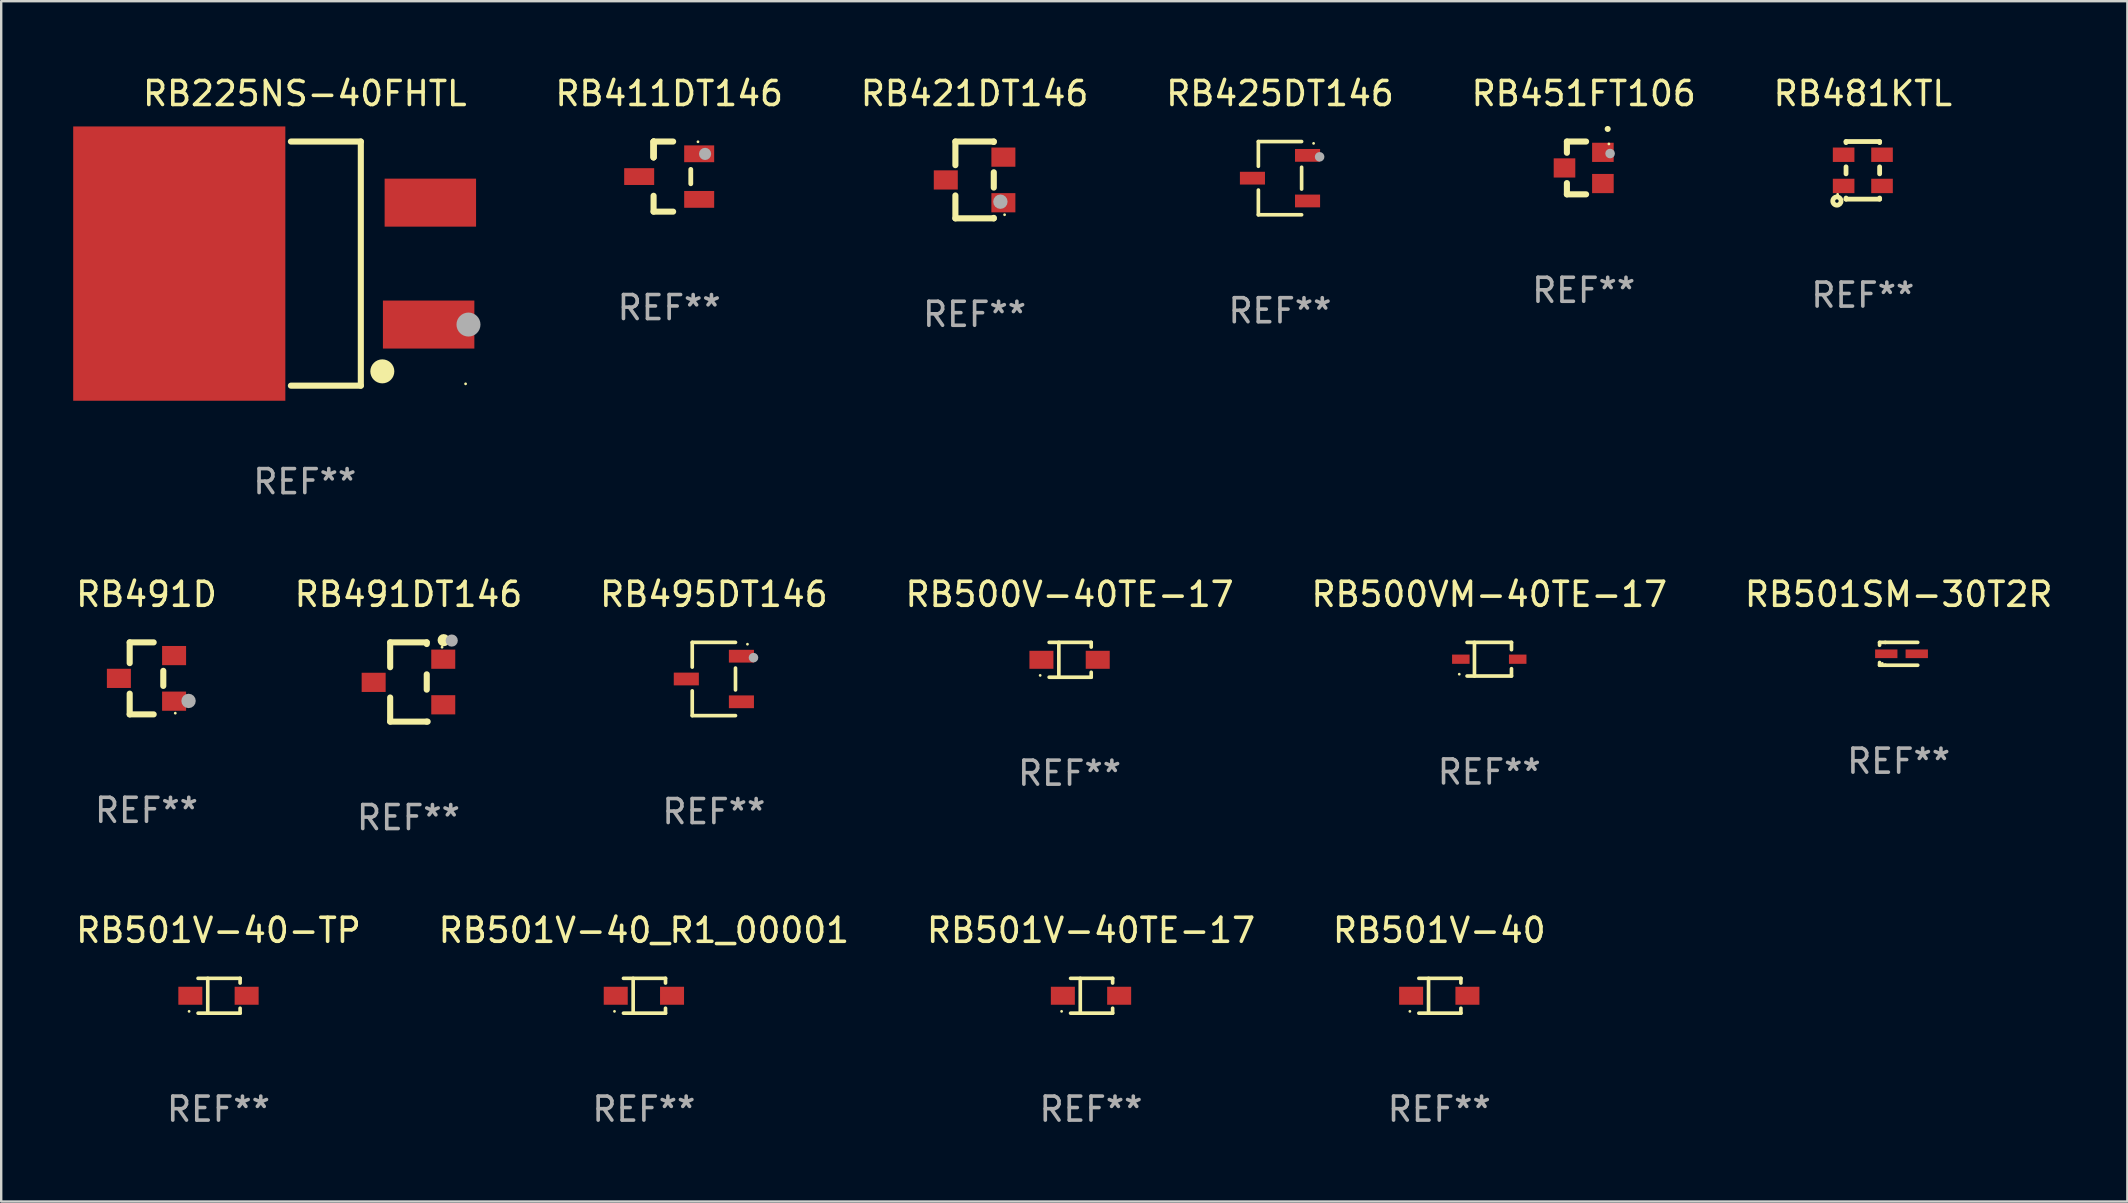
<source format=kicad_pcb>
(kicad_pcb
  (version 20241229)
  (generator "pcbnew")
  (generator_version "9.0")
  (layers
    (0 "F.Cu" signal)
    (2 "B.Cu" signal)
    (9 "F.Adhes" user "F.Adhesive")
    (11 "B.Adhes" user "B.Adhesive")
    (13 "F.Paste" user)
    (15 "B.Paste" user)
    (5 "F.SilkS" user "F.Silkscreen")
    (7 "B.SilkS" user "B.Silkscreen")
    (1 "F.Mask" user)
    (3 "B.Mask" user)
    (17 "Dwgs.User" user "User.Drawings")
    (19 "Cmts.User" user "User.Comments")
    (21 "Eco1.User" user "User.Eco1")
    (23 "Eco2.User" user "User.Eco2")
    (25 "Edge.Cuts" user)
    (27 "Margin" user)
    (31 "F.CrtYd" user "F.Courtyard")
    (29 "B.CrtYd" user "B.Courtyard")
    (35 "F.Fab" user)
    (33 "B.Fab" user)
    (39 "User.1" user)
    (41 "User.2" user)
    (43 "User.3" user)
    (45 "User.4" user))
  (footprint "RB500V-40TE-17"
    (layer "F.Cu")
    (at 41.518 24.443)
    (property "Reference" "RB500V-40TE-17" (at 0 -2.726 0) (layer "F.SilkS") (effects (font (size 1 1) (thickness 0.15))))
    (attr through_hole)
    (fp_line (start -0.851 -0.726) (end 0.901 -0.726) (stroke (width 0.152) (type solid)) (layer "F.SilkS"))
    (fp_line (start -0.851 0.726) (end 0.901 0.726) (stroke (width 0.152) (type solid)) (layer "F.SilkS"))
    (fp_line (start -0.447 -0.726) (end -0.447 0.726) (stroke (width 0.152) (type solid)) (layer "F.SilkS"))
    (fp_line (start 0.901 -0.726) (end 0.901 -0.53) (stroke (width 0.152) (type solid)) (layer "F.SilkS"))
    (fp_line (start 0.901 0.726) (end 0.901 0.52) (stroke (width 0.152) (type solid)) (layer "F.SilkS"))
    (fp_circle (center -1.225 0.65) (end -1.195 0.65) (stroke (width 0.06) (type solid)) (fill no) (layer "F.SilkS"))
    (fp_text user "REF**" (at 0 4.726 0) (layer "F.Fab") (effects (font (size 1 1) (thickness 0.15))))
    (pad "1" smd rect (at -1.173 0) (size 1 0.75) (layers "F.Cu" "F.Mask" "F.Paste"))
    (pad "2" smd rect (at 1.173 0) (size 1 0.75) (layers "F.Cu" "F.Mask" "F.Paste")))
  (footprint "RB491DT146"
    (layer "F.Cu")
    (at 13.97 25.368)
    (property "Reference" "RB491DT146" (at 0 -3.651 0) (layer "F.SilkS") (effects (font (size 1 1) (thickness 0.15))))
    (attr through_hole)
    (fp_line (start -0.762 -1.651) (end 0.762 -1.651) (stroke (width 0.254) (type solid)) (layer "F.SilkS"))
    (fp_line (start -0.762 -0.616) (end -0.762 -1.651) (stroke (width 0.254) (type solid)) (layer "F.SilkS"))
    (fp_line (start -0.762 1.651) (end -0.762 0.646) (stroke (width 0.254) (type solid)) (layer "F.SilkS"))
    (fp_line (start 0.762 -1.651) (end 0.762 -1.581) (stroke (width 0.254) (type solid)) (layer "F.SilkS"))
    (fp_line (start 0.762 -0.319) (end 0.762 0.319) (stroke (width 0.254) (type solid)) (layer "F.SilkS"))
    (fp_line (start 0.762 1.651) (end -0.762 1.651) (stroke (width 0.254) (type solid)) (layer "F.SilkS"))
    (fp_line (start 0.8 1.651) (end 0.762 1.651) (stroke (width 0.254) (type solid)) (layer "F.SilkS"))
    (fp_circle (center 1.4 -1.45) (end 1.43 -1.45) (stroke (width 0.06) (type solid)) (fill no) (layer "F.SilkS"))
    (fp_circle (center 1.467 -1.743) (end 1.594 -1.743) (stroke (width 0.254) (type solid)) (fill no) (layer "F.SilkS"))
    (fp_circle (center 1.803 -1.727) (end 1.93 -1.727) (stroke (width 0.254) (type solid)) (fill no) (layer "F.Fab"))
    (fp_text user "REF**" (at 0 5.651 0) (layer "F.Fab") (effects (font (size 1 1) (thickness 0.15))))
    (pad "1" smd rect (at 1.45 -0.95 90) (size 0.8 1) (layers "F.Cu" "F.Mask" "F.Paste"))
    (pad "2" smd rect (at 1.45 0.95 90) (size 0.8 1) (layers "F.Cu" "F.Mask" "F.Paste"))
    (pad "3" smd rect (at -1.45 0.015 90) (size 0.8 1) (layers "F.Cu" "F.Mask" "F.Paste")))
  (footprint "RB225NS-40FHTL"
    (layer "F.Cu")
    (at 9.651 7.934)
    (property "Reference" "RB225NS-40FHTL" (at 0 -7.086 0) (layer "F.SilkS") (effects (font (size 1 1) (thickness 0.15))))
    (attr through_hole)
    (fp_line (start 2.334 -5.086) (end -0.58 -5.086) (stroke (width 0.254) (type solid)) (layer "F.SilkS"))
    (fp_line (start 2.334 -5.086) (end 2.334 5.086) (stroke (width 0.254) (type solid)) (layer "F.SilkS"))
    (fp_line (start 2.334 5.086) (end -0.58 5.086) (stroke (width 0.254) (type solid)) (layer "F.SilkS"))
    (fp_circle (center 3.23 4.49) (end 3.48 4.49) (stroke (width 0.5) (type solid)) (fill no) (layer "F.SilkS"))
    (fp_circle (center 6.7 5.01) (end 6.73 5.01) (stroke (width 0.06) (type solid)) (fill no) (layer "F.SilkS"))
    (fp_circle (center 6.82 2.54) (end 7.07 2.54) (stroke (width 0.5) (type solid)) (fill no) (layer "F.Fab"))
    (fp_text user "REF**" (at 0 9.086 0) (layer "F.Fab") (effects (font (size 1 1) (thickness 0.15))))
    (pad "1" smd rect (at 5.16 2.54) (size 3.81 2) (layers "F.Cu" "F.Mask" "F.Paste"))
    (pad "3" smd rect (at 5.231 -2.54) (size 3.81 2) (layers "F.Cu" "F.Mask" "F.Paste"))
    (pad "4" smd rect (at -5.231 0) (size 8.84 11.43) (layers "F.Cu" "F.Mask" "F.Paste")))
  (footprint "RB495DT146"
    (layer "F.Cu")
    (at 26.696 25.243)
    (property "Reference" "RB495DT146" (at 0 -3.526 0) (layer "F.SilkS") (effects (font (size 1 1) (thickness 0.15))))
    (attr through_hole)
    (fp_line (start -0.901 -1.526) (end -0.901 -0.495) (stroke (width 0.152) (type solid)) (layer "F.SilkS"))
    (fp_line (start -0.901 1.526) (end -0.901 0.495) (stroke (width 0.152) (type solid)) (layer "F.SilkS"))
    (fp_line (start 0.901 -1.526) (end -0.901 -1.526) (stroke (width 0.152) (type solid)) (layer "F.SilkS"))
    (fp_line (start 0.901 -0.455) (end 0.901 0.455) (stroke (width 0.152) (type solid)) (layer "F.SilkS"))
    (fp_line (start 0.901 1.526) (end -0.901 1.526) (stroke (width 0.152) (type solid)) (layer "F.SilkS"))
    (fp_circle (center 1.4 -1.45) (end 1.43 -1.45) (stroke (width 0.06) (type solid)) (fill no) (layer "F.SilkS"))
    (fp_circle (center 1.651 -0.889) (end 1.751 -0.889) (stroke (width 0.2) (type solid)) (fill no) (layer "F.Fab"))
    (fp_text user "REF**" (at 0 5.526 0) (layer "F.Fab") (effects (font (size 1 1) (thickness 0.15))))
    (pad "1" smd rect (at 1.148 -0.95) (size 1.045 0.532) (layers "F.Cu" "F.Mask" "F.Paste"))
    (pad "2" smd rect (at 1.148 0.95) (size 1.045 0.532) (layers "F.Cu" "F.Mask" "F.Paste"))
    (pad "3" smd rect (at -1.148 0) (size 1.045 0.532) (layers "F.Cu" "F.Mask" "F.Paste")))
  (footprint "RB500VM-40TE-17"
    (layer "F.Cu")
    (at 59.006 24.418)
    (property "Reference" "RB500VM-40TE-17" (at 0 -2.701 0) (layer "F.SilkS") (effects (font (size 1 1) (thickness 0.15))))
    (attr through_hole)
    (fp_line (start -0.926 -0.701) (end 0.926 -0.701) (stroke (width 0.152) (type solid)) (layer "F.SilkS"))
    (fp_line (start -0.926 0.701) (end 0.926 0.701) (stroke (width 0.152) (type solid)) (layer "F.SilkS"))
    (fp_line (start -0.617 -0.701) (end -0.617 0.701) (stroke (width 0.152) (type solid)) (layer "F.SilkS"))
    (fp_line (start 0.926 -0.701) (end 0.926 -0.396) (stroke (width 0.152) (type solid)) (layer "F.SilkS"))
    (fp_line (start 0.926 0.701) (end 0.926 0.396) (stroke (width 0.152) (type solid)) (layer "F.SilkS"))
    (fp_circle (center -1.25 0.625) (end -1.22 0.625) (stroke (width 0.06) (type solid)) (fill no) (layer "F.SilkS"))
    (fp_text user "REF**" (at 0 4.701 0) (layer "F.Fab") (effects (font (size 1 1) (thickness 0.15))))
    (pad "1" smd rect (at -1.185 0 180) (size 0.73 0.385) (layers "F.Cu" "F.Mask" "F.Paste"))
    (pad "2" smd rect (at 1.185 0 180) (size 0.73 0.385) (layers "F.Cu" "F.Mask" "F.Paste")))
  (footprint "RB501V-40"
    (layer "F.Cu")
    (at 56.923 38.442)
    (property "Reference" "RB501V-40" (at 0 -2.726 0) (layer "F.SilkS") (effects (font (size 1 1) (thickness 0.15))))
    (attr through_hole)
    (fp_line (start -0.851 -0.726) (end 0.901 -0.726) (stroke (width 0.152) (type solid)) (layer "F.SilkS"))
    (fp_line (start -0.851 0.726) (end 0.901 0.726) (stroke (width 0.152) (type solid)) (layer "F.SilkS"))
    (fp_line (start -0.447 -0.726) (end -0.447 0.726) (stroke (width 0.152) (type solid)) (layer "F.SilkS"))
    (fp_line (start 0.901 -0.726) (end 0.901 -0.53) (stroke (width 0.152) (type solid)) (layer "F.SilkS"))
    (fp_line (start 0.901 0.726) (end 0.901 0.52) (stroke (width 0.152) (type solid)) (layer "F.SilkS"))
    (fp_circle (center -1.225 0.65) (end -1.195 0.65) (stroke (width 0.06) (type solid)) (fill no) (layer "F.SilkS"))
    (fp_text user "REF**" (at 0 4.726 0) (layer "F.Fab") (effects (font (size 1 1) (thickness 0.15))))
    (pad "1" smd rect (at -1.173 0) (size 1 0.75) (layers "F.Cu" "F.Mask" "F.Paste"))
    (pad "2" smd rect (at 1.173 0) (size 1 0.75) (layers "F.Cu" "F.Mask" "F.Paste")))
  (footprint "RB421DT146"
    (layer "F.Cu")
    (at 37.56 4.448)
    (property "Reference" "RB421DT146" (at 0 -3.6 0) (layer "F.SilkS") (effects (font (size 1 1) (thickness 0.15))))
    (attr through_hole)
    (fp_line (start -0.8 -1.6) (end 0.8 -1.6) (stroke (width 0.254) (type solid)) (layer "F.SilkS"))
    (fp_line (start -0.8 -0.616) (end -0.8 -1.6) (stroke (width 0.254) (type solid)) (layer "F.SilkS"))
    (fp_line (start -0.8 1.6) (end -0.8 0.646) (stroke (width 0.254) (type solid)) (layer "F.SilkS"))
    (fp_line (start -0.8 1.6) (end 0.8 1.6) (stroke (width 0.254) (type solid)) (layer "F.SilkS"))
    (fp_line (start 0.8 -1.581) (end 0.8 -1.6) (stroke (width 0.254) (type solid)) (layer "F.SilkS"))
    (fp_line (start 0.8 0.319) (end 0.8 -0.319) (stroke (width 0.254) (type solid)) (layer "F.SilkS"))
    (fp_line (start 0.8 1.6) (end 0.8 1.581) (stroke (width 0.254) (type solid)) (layer "F.SilkS"))
    (fp_circle (center 1.25 1.45) (end 1.28 1.45) (stroke (width 0.06) (type solid)) (fill no) (layer "F.SilkS"))
    (fp_circle (center 1.075 0.906) (end 1.225 0.906) (stroke (width 0.3) (type solid)) (fill no) (layer "F.Fab"))
    (fp_text user "REF**" (at 0 5.6 0) (layer "F.Fab") (effects (font (size 1 1) (thickness 0.15))))
    (pad "1" smd rect (at 1.2 0.95 90) (size 0.8 1) (layers "F.Cu" "F.Mask" "F.Paste"))
    (pad "2" smd rect (at 1.2 -0.95 90) (size 0.8 1) (layers "F.Cu" "F.Mask" "F.Paste"))
    (pad "3" smd rect (at -1.2 -0.000025 90) (size 0.8 1) (layers "F.Cu" "F.Mask" "F.Paste")))
  (footprint "RB411DT146"
    (layer "F.Cu")
    (at 24.834 4.308)
    (property "Reference" "RB411DT146" (at 0 -3.46 0) (layer "F.SilkS") (effects (font (size 1 1) (thickness 0.15))))
    (attr through_hole)
    (fp_line (start -0.65 -1.46) (end -0.65 -0.8) (stroke (width 0.254) (type solid)) (layer "F.SilkS"))
    (fp_line (start -0.65 -1.46) (end 0.165 -1.46) (stroke (width 0.254) (type solid)) (layer "F.SilkS"))
    (fp_line (start -0.65 -0.8) (end -0.65 -1.46) (stroke (width 0.254) (type solid)) (layer "F.SilkS"))
    (fp_line (start -0.65 -0.8) (end -0.65 -1.46) (stroke (width 0.254) (type solid)) (layer "F.SilkS"))
    (fp_line (start -0.65 1.46) (end -0.65 0.8) (stroke (width 0.254) (type solid)) (layer "F.SilkS"))
    (fp_line (start 0.165 1.46) (end -0.65 1.46) (stroke (width 0.254) (type solid)) (layer "F.SilkS"))
    (fp_line (start 0.9 0.3) (end 0.9 -0.3) (stroke (width 0.2) (type solid)) (layer "F.SilkS"))
    (fp_circle (center 1.2 -1.45) (end 1.23 -1.45) (stroke (width 0.06) (type solid)) (fill no) (layer "F.SilkS"))
    (fp_circle (center 1.496 -0.945) (end 1.623 -0.945) (stroke (width 0.254) (type solid)) (fill no) (layer "F.Fab"))
    (fp_text user "REF**" (at 0 5.46 0) (layer "F.Fab") (effects (font (size 1 1) (thickness 0.15))))
    (pad "1" smd rect (at 1.25 -0.95 270) (size 0.7 1.25) (layers "F.Cu" "F.Mask" "F.Paste"))
    (pad "2" smd rect (at 1.25 0.95 270) (size 0.7 1.25) (layers "F.Cu" "F.Mask" "F.Paste"))
    (pad "3" smd rect (at -1.25 0 270) (size 0.7 1.25) (layers "F.Cu" "F.Mask" "F.Paste")))
  (footprint "RB501V-40TE-17"
    (layer "F.Cu")
    (at 42.411 38.442)
    (property "Reference" "RB501V-40TE-17" (at 0 -2.726 0) (layer "F.SilkS") (effects (font (size 1 1) (thickness 0.15))))
    (attr through_hole)
    (fp_line (start -0.851 -0.726) (end 0.901 -0.726) (stroke (width 0.152) (type solid)) (layer "F.SilkS"))
    (fp_line (start -0.851 0.726) (end 0.901 0.726) (stroke (width 0.152) (type solid)) (layer "F.SilkS"))
    (fp_line (start -0.447 -0.726) (end -0.447 0.726) (stroke (width 0.152) (type solid)) (layer "F.SilkS"))
    (fp_line (start 0.901 -0.726) (end 0.901 -0.53) (stroke (width 0.152) (type solid)) (layer "F.SilkS"))
    (fp_line (start 0.901 0.726) (end 0.901 0.52) (stroke (width 0.152) (type solid)) (layer "F.SilkS"))
    (fp_circle (center -1.225 0.65) (end -1.195 0.65) (stroke (width 0.06) (type solid)) (fill no) (layer "F.SilkS"))
    (fp_text user "REF**" (at 0 4.726 0) (layer "F.Fab") (effects (font (size 1 1) (thickness 0.15))))
    (pad "1" smd rect (at -1.173 0) (size 1 0.75) (layers "F.Cu" "F.Mask" "F.Paste"))
    (pad "2" smd rect (at 1.173 0) (size 1 0.75) (layers "F.Cu" "F.Mask" "F.Paste")))
  (footprint "RB501SM-30T2R"
    (layer "F.Cu")
    (at 76.065 24.193)
    (property "Reference" "RB501SM-30T2R" (at 0 -2.476 0) (layer "F.SilkS") (effects (font (size 1 1) (thickness 0.15))))
    (attr through_hole)
    (fp_line (start -0.795 -0.476) (end -0.795 -0.356) (stroke (width 0.152) (type solid)) (layer "F.SilkS"))
    (fp_line (start -0.795 0.363) (end -0.795 0.476) (stroke (width 0.152) (type solid)) (layer "F.SilkS"))
    (fp_line (start -0.795 0.476) (end -0.557 0.476) (stroke (width 0.152) (type solid)) (layer "F.SilkS"))
    (fp_line (start -0.557 -0.476) (end -0.795 -0.476) (stroke (width 0.152) (type solid)) (layer "F.SilkS"))
    (fp_line (start -0.557 -0.476) (end 0.795 -0.476) (stroke (width 0.152) (type solid)) (layer "F.SilkS"))
    (fp_line (start -0.557 0.476) (end 0.795 0.476) (stroke (width 0.152) (type solid)) (layer "F.SilkS"))
    (fp_circle (center -0.681 0.4) (end -0.651 0.4) (stroke (width 0.06) (type solid)) (fill no) (layer "F.SilkS"))
    (fp_text user "REF**" (at 0 4.476 0) (layer "F.Fab") (effects (font (size 1 1) (thickness 0.15))))
    (pad "1" smd rect (at -0.516 0 180) (size 0.93 0.36) (layers "F.Cu" "F.Mask" "F.Paste"))
    (pad "2" smd rect (at 0.754 0 180) (size 0.93 0.36) (layers "F.Cu" "F.Mask" "F.Paste")))
  (footprint "RB425DT146"
    (layer "F.Cu")
    (at 50.286 4.374)
    (property "Reference" "RB425DT146" (at 0 -3.526 0) (layer "F.SilkS") (effects (font (size 1 1) (thickness 0.15))))
    (attr through_hole)
    (fp_line (start -0.901 -1.526) (end -0.901 -0.495) (stroke (width 0.152) (type solid)) (layer "F.SilkS"))
    (fp_line (start -0.901 1.526) (end -0.901 0.495) (stroke (width 0.152) (type solid)) (layer "F.SilkS"))
    (fp_line (start 0.901 -1.526) (end -0.901 -1.526) (stroke (width 0.152) (type solid)) (layer "F.SilkS"))
    (fp_line (start 0.901 -0.455) (end 0.901 0.455) (stroke (width 0.152) (type solid)) (layer "F.SilkS"))
    (fp_line (start 0.901 1.526) (end -0.901 1.526) (stroke (width 0.152) (type solid)) (layer "F.SilkS"))
    (fp_circle (center 1.4 -1.45) (end 1.43 -1.45) (stroke (width 0.06) (type solid)) (fill no) (layer "F.SilkS"))
    (fp_circle (center 1.651 -0.889) (end 1.751 -0.889) (stroke (width 0.2) (type solid)) (fill no) (layer "F.Fab"))
    (fp_text user "REF**" (at 0 5.526 0) (layer "F.Fab") (effects (font (size 1 1) (thickness 0.15))))
    (pad "1" smd rect (at 1.148 -0.95) (size 1.045 0.532) (layers "F.Cu" "F.Mask" "F.Paste"))
    (pad "2" smd rect (at 1.148 0.95) (size 1.045 0.532) (layers "F.Cu" "F.Mask" "F.Paste"))
    (pad "3" smd rect (at -1.148 0) (size 1.045 0.532) (layers "F.Cu" "F.Mask" "F.Paste")))
  (footprint "RB481KTL"
    (layer "F.Cu")
    (at 74.572 4.048)
    (property "Reference" "RB481KTL" (at 0 -3.2 0) (layer "F.SilkS") (effects (font (size 1 1) (thickness 0.15))))
    (attr through_hole)
    (fp_line (start -0.7 -1.2) (end -0.7 -1.154) (stroke (width 0.2) (type solid)) (layer "F.SilkS"))
    (fp_line (start -0.7 -0.146) (end -0.7 0.146) (stroke (width 0.2) (type solid)) (layer "F.SilkS"))
    (fp_line (start -0.7 1.154) (end -0.7 1.2) (stroke (width 0.2) (type solid)) (layer "F.SilkS"))
    (fp_line (start 0.7 -1.2) (end -0.7 -1.2) (stroke (width 0.2) (type solid)) (layer "F.SilkS"))
    (fp_line (start 0.7 -1.2) (end 0.7 -1.154) (stroke (width 0.2) (type solid)) (layer "F.SilkS"))
    (fp_line (start 0.7 -0.146) (end 0.7 0.146) (stroke (width 0.2) (type solid)) (layer "F.SilkS"))
    (fp_line (start 0.7 1.154) (end 0.7 1.2) (stroke (width 0.2) (type solid)) (layer "F.SilkS"))
    (fp_line (start 0.7 1.2) (end -0.7 1.2) (stroke (width 0.2) (type solid)) (layer "F.SilkS"))
    (fp_circle (center -1.08 1.28) (end -1.008 1.28) (stroke (width 0.2) (type solid)) (fill no) (layer "F.SilkS"))
    (fp_circle (center -1.05 1) (end -1.02 1) (stroke (width 0.06) (type solid)) (fill no) (layer "F.SilkS"))
    (fp_text user "REF**" (at 0 5.2 0) (layer "F.Fab") (effects (font (size 1 1) (thickness 0.15))))
    (pad "1" smd rect (at -0.8 0.65 270) (size 0.6 0.9) (layers "F.Cu" "F.Mask" "F.Paste"))
    (pad "2" smd rect (at 0.8 0.65 270) (size 0.6 0.9) (layers "F.Cu" "F.Mask" "F.Paste"))
    (pad "3" smd rect (at 0.8 -0.65 270) (size 0.6 0.9) (layers "F.Cu" "F.Mask" "F.Paste"))
    (pad "4" smd rect (at -0.8 -0.65 270) (size 0.6 0.9) (layers "F.Cu" "F.Mask" "F.Paste")))
  (footprint "RB501V-40-TP"
    (layer "F.Cu")
    (at 6.054 38.442)
    (property "Reference" "RB501V-40-TP" (at 0 -2.726 0) (layer "F.SilkS") (effects (font (size 1 1) (thickness 0.15))))
    (attr through_hole)
    (fp_line (start -0.851 -0.726) (end 0.901 -0.726) (stroke (width 0.152) (type solid)) (layer "F.SilkS"))
    (fp_line (start -0.851 0.726) (end 0.901 0.726) (stroke (width 0.152) (type solid)) (layer "F.SilkS"))
    (fp_line (start -0.447 -0.726) (end -0.447 0.726) (stroke (width 0.152) (type solid)) (layer "F.SilkS"))
    (fp_line (start 0.901 -0.726) (end 0.901 -0.53) (stroke (width 0.152) (type solid)) (layer "F.SilkS"))
    (fp_line (start 0.901 0.726) (end 0.901 0.52) (stroke (width 0.152) (type solid)) (layer "F.SilkS"))
    (fp_circle (center -1.225 0.65) (end -1.195 0.65) (stroke (width 0.06) (type solid)) (fill no) (layer "F.SilkS"))
    (fp_text user "REF**" (at 0 4.726 0) (layer "F.Fab") (effects (font (size 1 1) (thickness 0.15))))
    (pad "1" smd rect (at -1.173 0) (size 1 0.75) (layers "F.Cu" "F.Mask" "F.Paste"))
    (pad "2" smd rect (at 1.173 0) (size 1 0.75) (layers "F.Cu" "F.Mask" "F.Paste")))
  (footprint "RB491D"
    (layer "F.Cu")
    (at 3.054 25.217)
    (property "Reference" "RB491D" (at 0 -3.5 0) (layer "F.SilkS") (effects (font (size 1 1) (thickness 0.15))))
    (attr through_hole)
    (fp_line (start -0.7 -1.5) (end 0.3 -1.5) (stroke (width 0.254) (type solid)) (layer "F.SilkS"))
    (fp_line (start -0.7 -0.636) (end -0.7 -1.5) (stroke (width 0.254) (type solid)) (layer "F.SilkS"))
    (fp_line (start -0.7 1.5) (end -0.7 0.636) (stroke (width 0.254) (type solid)) (layer "F.SilkS"))
    (fp_line (start -0.7 1.5) (end 0.3 1.5) (stroke (width 0.254) (type solid)) (layer "F.SilkS"))
    (fp_line (start 0.7 0.314) (end 0.7 -0.314) (stroke (width 0.254) (type solid)) (layer "F.SilkS"))
    (fp_circle (center 1.2 1.45) (end 1.23 1.45) (stroke (width 0.06) (type solid)) (fill no) (layer "F.SilkS"))
    (fp_circle (center 1.753 0.94) (end 1.903 0.94) (stroke (width 0.3) (type solid)) (fill no) (layer "F.Fab"))
    (fp_text user "REF**" (at 0 5.5 0) (layer "F.Fab") (effects (font (size 1 1) (thickness 0.15))))
    (pad "1" smd rect (at 1.15 0.95 180) (size 1 0.8) (layers "F.Cu" "F.Mask" "F.Paste"))
    (pad "2" smd rect (at 1.15 -0.95 180) (size 1 0.8) (layers "F.Cu" "F.Mask" "F.Paste"))
    (pad "3" smd rect (at -1.15 -0.000051 180) (size 1 0.8) (layers "F.Cu" "F.Mask" "F.Paste")))
  (footprint "RB451FT106"
    (layer "F.Cu")
    (at 62.941 3.948)
    (property "Reference" "RB451FT106" (at 0 -3.1 0) (layer "F.SilkS") (effects (font (size 1 1) (thickness 0.15))))
    (attr through_hole)
    (fp_line (start -0.7 -1.1) (end 0.1 -1.1) (stroke (width 0.254) (type solid)) (layer "F.SilkS"))
    (fp_line (start -0.7 -0.631) (end -0.7 -1.1) (stroke (width 0.254) (type solid)) (layer "F.SilkS"))
    (fp_line (start -0.7 1.1) (end -0.7 0.631) (stroke (width 0.254) (type solid)) (layer "F.SilkS"))
    (fp_line (start -0.7 1.1) (end 0.1 1.1) (stroke (width 0.254) (type solid)) (layer "F.SilkS"))
    (fp_arc (start 0.99873 -1.62446) (mid 1 -1.624466) (end 1.00127 -1.62446) (stroke (width 0.24892) (type solid)) (layer "F.SilkS"))
    (fp_circle (center 1.05 -1) (end 1.08 -1) (stroke (width 0.06) (type solid)) (fill no) (layer "F.SilkS"))
    (fp_circle (center 1.1 -0.6) (end 1.2 -0.6) (stroke (width 0.2) (type solid)) (fill no) (layer "F.Fab"))
    (fp_text user "REF**" (at 0 5.1 0) (layer "F.Fab") (effects (font (size 1 1) (thickness 0.15))))
    (pad "1" smd rect (at 0.8 -0.65 90) (size 0.8 0.9) (layers "F.Cu" "F.Mask" "F.Paste"))
    (pad "2" smd rect (at 0.8 0.65 90) (size 0.8 0.9) (layers "F.Cu" "F.Mask" "F.Paste"))
    (pad "3" smd rect (at -0.8 0 90) (size 0.8 0.9) (layers "F.Cu" "F.Mask" "F.Paste")))
  (footprint "RB501V-40_R1_00001"
    (layer "F.Cu")
    (at 23.78 38.442)
    (property "Reference" "RB501V-40_R1_00001" (at 0 -2.726 0) (layer "F.SilkS") (effects (font (size 1 1) (thickness 0.15))))
    (attr through_hole)
    (fp_line (start -0.851 -0.726) (end 0.901 -0.726) (stroke (width 0.152) (type solid)) (layer "F.SilkS"))
    (fp_line (start -0.851 0.726) (end 0.901 0.726) (stroke (width 0.152) (type solid)) (layer "F.SilkS"))
    (fp_line (start -0.447 -0.726) (end -0.447 0.726) (stroke (width 0.152) (type solid)) (layer "F.SilkS"))
    (fp_line (start 0.901 -0.726) (end 0.901 -0.53) (stroke (width 0.152) (type solid)) (layer "F.SilkS"))
    (fp_line (start 0.901 0.726) (end 0.901 0.52) (stroke (width 0.152) (type solid)) (layer "F.SilkS"))
    (fp_circle (center -1.225 0.65) (end -1.195 0.65) (stroke (width 0.06) (type solid)) (fill no) (layer "F.SilkS"))
    (fp_text user "REF**" (at 0 4.726 0) (layer "F.Fab") (effects (font (size 1 1) (thickness 0.15))))
    (pad "1" smd rect (at -1.173 0) (size 1 0.75) (layers "F.Cu" "F.Mask" "F.Paste"))
    (pad "2" smd rect (at 1.173 0) (size 1 0.75) (layers "F.Cu" "F.Mask" "F.Paste")))
  (gr_rect
    (start -3 -3)
    (end 85.595 47.016)
    (stroke (width 0.1) (type default))
    (fill no)
    (layer "Edge.Cuts")))
</source>
